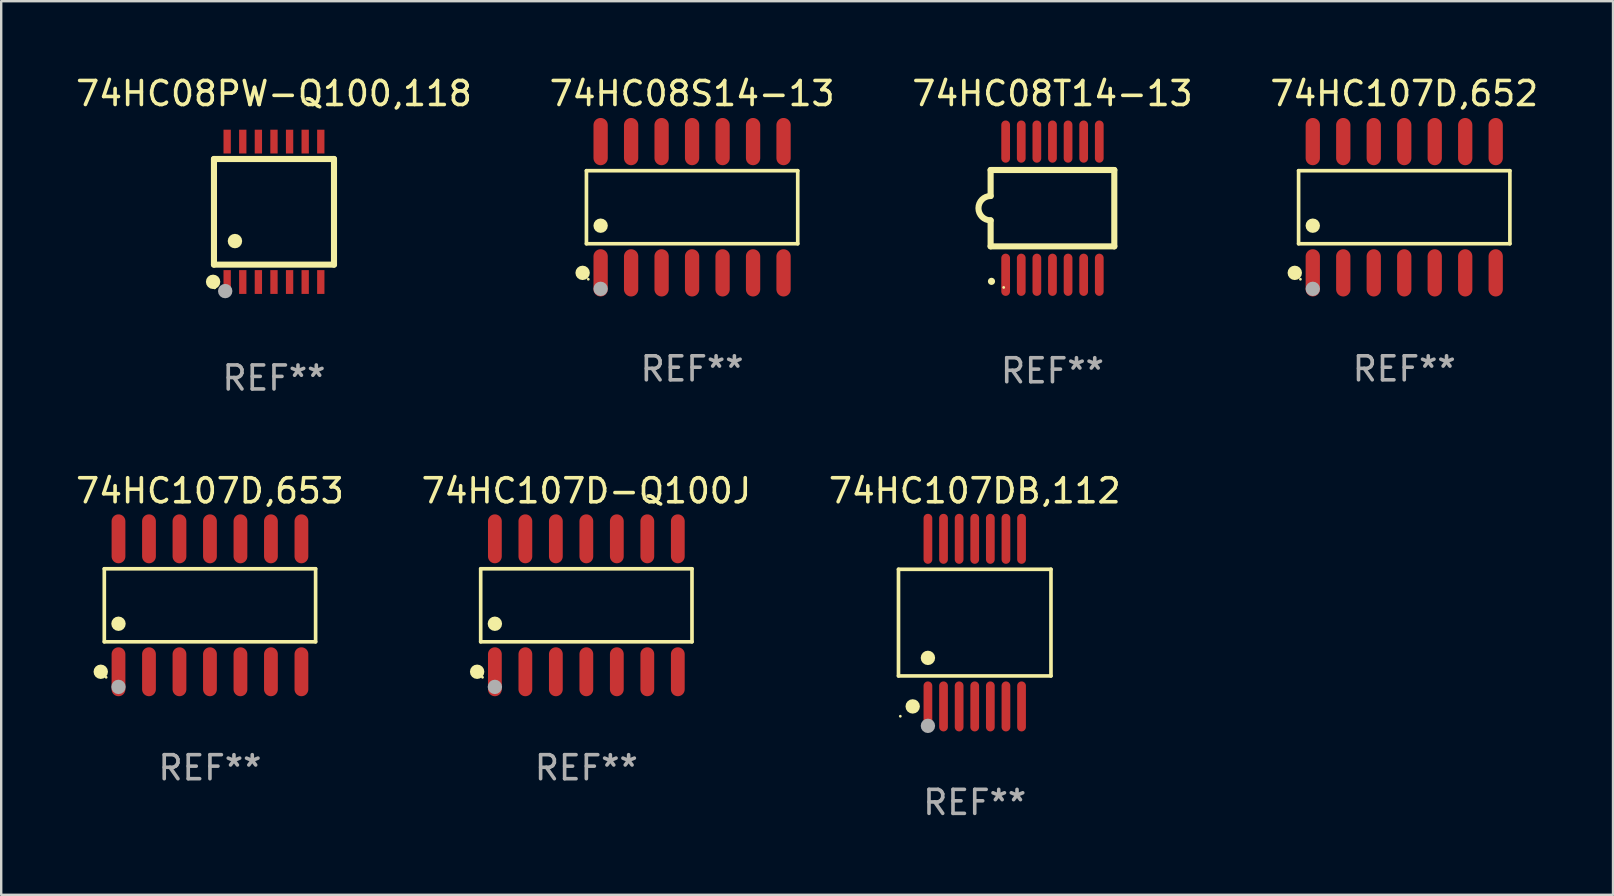
<source format=kicad_pcb>
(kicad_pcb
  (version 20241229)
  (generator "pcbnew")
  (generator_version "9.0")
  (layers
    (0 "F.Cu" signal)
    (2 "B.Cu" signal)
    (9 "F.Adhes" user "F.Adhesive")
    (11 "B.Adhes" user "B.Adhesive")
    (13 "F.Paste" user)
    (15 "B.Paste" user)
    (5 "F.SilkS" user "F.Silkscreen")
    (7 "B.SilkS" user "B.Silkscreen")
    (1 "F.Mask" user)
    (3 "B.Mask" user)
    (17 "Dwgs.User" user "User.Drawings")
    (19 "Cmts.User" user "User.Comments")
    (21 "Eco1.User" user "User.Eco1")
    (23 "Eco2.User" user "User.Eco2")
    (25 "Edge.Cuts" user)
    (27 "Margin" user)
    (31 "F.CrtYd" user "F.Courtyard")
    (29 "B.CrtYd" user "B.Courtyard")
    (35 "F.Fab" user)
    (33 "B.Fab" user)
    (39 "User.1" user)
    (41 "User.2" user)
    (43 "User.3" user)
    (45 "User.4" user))
  (footprint "74HC08S14-13"
    (layer "F.Cu")
    (at 25.78 5.582)
    (property "Reference" "74HC08S14-13" (at 0 -4.734 0) (layer "F.SilkS") (effects (font (size 1 1) (thickness 0.15))))
    (attr through_hole)
    (fp_line (start -4.401 -1.521) (end 4.401 -1.521) (stroke (width 0.152) (type solid)) (layer "F.SilkS"))
    (fp_line (start -4.401 1.521) (end -4.401 -1.521) (stroke (width 0.152) (type solid)) (layer "F.SilkS"))
    (fp_line (start 4.401 -1.521) (end 4.401 1.521) (stroke (width 0.152) (type solid)) (layer "F.SilkS"))
    (fp_line (start 4.401 1.521) (end -4.401 1.521) (stroke (width 0.152) (type solid)) (layer "F.SilkS"))
    (fp_circle (center -4.56 2.734) (end -4.41 2.734) (stroke (width 0.3) (type solid)) (fill no) (layer "F.SilkS"))
    (fp_circle (center -4.325 3) (end -4.295 3) (stroke (width 0.06) (type solid)) (fill no) (layer "F.SilkS"))
    (fp_circle (center -3.81 0.769) (end -3.66 0.769) (stroke (width 0.3) (type solid)) (fill no) (layer "F.SilkS"))
    (fp_circle (center -3.81 3.4) (end -3.66 3.4) (stroke (width 0.3) (type solid)) (fill no) (layer "F.Fab"))
    (fp_text user "REF**" (at 0 6.734 0) (layer "F.Fab") (effects (font (size 1 1) (thickness 0.15))))
    (pad "1" smd oval (at -3.81 2.734) (size 0.595 1.968) (layers "F.Cu" "F.Mask" "F.Paste"))
    (pad "2" smd oval (at -2.54 2.734) (size 0.595 1.968) (layers "F.Cu" "F.Mask" "F.Paste"))
    (pad "3" smd oval (at -1.27 2.734) (size 0.595 1.968) (layers "F.Cu" "F.Mask" "F.Paste"))
    (pad "4" smd oval (at 0 2.734) (size 0.595 1.968) (layers "F.Cu" "F.Mask" "F.Paste"))
    (pad "5" smd oval (at 1.27 2.734) (size 0.595 1.968) (layers "F.Cu" "F.Mask" "F.Paste"))
    (pad "6" smd oval (at 2.54 2.734) (size 0.595 1.968) (layers "F.Cu" "F.Mask" "F.Paste"))
    (pad "7" smd oval (at 3.81 2.734) (size 0.595 1.968) (layers "F.Cu" "F.Mask" "F.Paste"))
    (pad "8" smd oval (at 3.81 -2.734) (size 0.595 1.968) (layers "F.Cu" "F.Mask" "F.Paste"))
    (pad "9" smd oval (at 2.54 -2.734) (size 0.595 1.968) (layers "F.Cu" "F.Mask" "F.Paste"))
    (pad "10" smd oval (at 1.27 -2.734) (size 0.595 1.968) (layers "F.Cu" "F.Mask" "F.Paste"))
    (pad "11" smd oval (at 0 -2.734) (size 0.595 1.968) (layers "F.Cu" "F.Mask" "F.Paste"))
    (pad "12" smd oval (at -1.27 -2.734) (size 0.595 1.968) (layers "F.Cu" "F.Mask" "F.Paste"))
    (pad "13" smd oval (at -2.54 -2.734) (size 0.595 1.968) (layers "F.Cu" "F.Mask" "F.Paste"))
    (pad "14" smd oval (at -3.81 -2.734) (size 0.595 1.968) (layers "F.Cu" "F.Mask" "F.Paste")))
  (footprint "74HC107D,653"
    (layer "F.Cu")
    (at 5.696 22.164)
    (property "Reference" "74HC107D,653" (at 0 -4.769 0) (layer "F.SilkS") (effects (font (size 1 1) (thickness 0.15))))
    (attr through_hole)
    (fp_line (start -4.401 -1.521) (end 4.401 -1.521) (stroke (width 0.152) (type solid)) (layer "F.SilkS"))
    (fp_line (start -4.401 1.521) (end -4.401 -1.521) (stroke (width 0.152) (type solid)) (layer "F.SilkS"))
    (fp_line (start 4.401 -1.521) (end 4.401 1.521) (stroke (width 0.152) (type solid)) (layer "F.SilkS"))
    (fp_line (start 4.401 1.521) (end -4.401 1.521) (stroke (width 0.152) (type solid)) (layer "F.SilkS"))
    (fp_circle (center -4.549 2.769) (end -4.399 2.769) (stroke (width 0.3) (type solid)) (fill no) (layer "F.SilkS"))
    (fp_circle (center -4.325 3) (end -4.295 3) (stroke (width 0.06) (type solid)) (fill no) (layer "F.SilkS"))
    (fp_circle (center -3.81 0.769) (end -3.66 0.769) (stroke (width 0.3) (type solid)) (fill no) (layer "F.SilkS"))
    (fp_circle (center -3.81 3.4) (end -3.66 3.4) (stroke (width 0.3) (type solid)) (fill no) (layer "F.Fab"))
    (fp_text user "REF**" (at 0 6.769 0) (layer "F.Fab") (effects (font (size 1 1) (thickness 0.15))))
    (pad "1" smd oval (at -3.81 2.769) (size 0.574 2.038) (layers "F.Cu" "F.Mask" "F.Paste"))
    (pad "2" smd oval (at -2.54 2.769) (size 0.574 2.038) (layers "F.Cu" "F.Mask" "F.Paste"))
    (pad "3" smd oval (at -1.27 2.769) (size 0.574 2.038) (layers "F.Cu" "F.Mask" "F.Paste"))
    (pad "4" smd oval (at 0 2.769) (size 0.574 2.038) (layers "F.Cu" "F.Mask" "F.Paste"))
    (pad "5" smd oval (at 1.27 2.769) (size 0.574 2.038) (layers "F.Cu" "F.Mask" "F.Paste"))
    (pad "6" smd oval (at 2.54 2.769) (size 0.574 2.038) (layers "F.Cu" "F.Mask" "F.Paste"))
    (pad "7" smd oval (at 3.81 2.769) (size 0.574 2.038) (layers "F.Cu" "F.Mask" "F.Paste"))
    (pad "8" smd oval (at 3.81 -2.769) (size 0.574 2.038) (layers "F.Cu" "F.Mask" "F.Paste"))
    (pad "9" smd oval (at 2.54 -2.769) (size 0.574 2.038) (layers "F.Cu" "F.Mask" "F.Paste"))
    (pad "10" smd oval (at 1.27 -2.769) (size 0.574 2.038) (layers "F.Cu" "F.Mask" "F.Paste"))
    (pad "11" smd oval (at 0 -2.769) (size 0.574 2.038) (layers "F.Cu" "F.Mask" "F.Paste"))
    (pad "12" smd oval (at -1.27 -2.769) (size 0.574 2.038) (layers "F.Cu" "F.Mask" "F.Paste"))
    (pad "13" smd oval (at -2.54 -2.769) (size 0.574 2.038) (layers "F.Cu" "F.Mask" "F.Paste"))
    (pad "14" smd oval (at -3.81 -2.769) (size 0.574 2.038) (layers "F.Cu" "F.Mask" "F.Paste")))
  (footprint "74HC107D-Q100J"
    (layer "F.Cu")
    (at 21.375 22.164)
    (property "Reference" "74HC107D-Q100J" (at 0 -4.769 0) (layer "F.SilkS") (effects (font (size 1 1) (thickness 0.15))))
    (attr through_hole)
    (fp_line (start -4.401 -1.521) (end 4.401 -1.521) (stroke (width 0.152) (type solid)) (layer "F.SilkS"))
    (fp_line (start -4.401 1.521) (end -4.401 -1.521) (stroke (width 0.152) (type solid)) (layer "F.SilkS"))
    (fp_line (start 4.401 -1.521) (end 4.401 1.521) (stroke (width 0.152) (type solid)) (layer "F.SilkS"))
    (fp_line (start 4.401 1.521) (end -4.401 1.521) (stroke (width 0.152) (type solid)) (layer "F.SilkS"))
    (fp_circle (center -4.549 2.769) (end -4.399 2.769) (stroke (width 0.3) (type solid)) (fill no) (layer "F.SilkS"))
    (fp_circle (center -4.325 3) (end -4.295 3) (stroke (width 0.06) (type solid)) (fill no) (layer "F.SilkS"))
    (fp_circle (center -3.81 0.769) (end -3.66 0.769) (stroke (width 0.3) (type solid)) (fill no) (layer "F.SilkS"))
    (fp_circle (center -3.81 3.4) (end -3.66 3.4) (stroke (width 0.3) (type solid)) (fill no) (layer "F.Fab"))
    (fp_text user "REF**" (at 0 6.769 0) (layer "F.Fab") (effects (font (size 1 1) (thickness 0.15))))
    (pad "1" smd oval (at -3.81 2.769) (size 0.574 2.038) (layers "F.Cu" "F.Mask" "F.Paste"))
    (pad "2" smd oval (at -2.54 2.769) (size 0.574 2.038) (layers "F.Cu" "F.Mask" "F.Paste"))
    (pad "3" smd oval (at -1.27 2.769) (size 0.574 2.038) (layers "F.Cu" "F.Mask" "F.Paste"))
    (pad "4" smd oval (at 0 2.769) (size 0.574 2.038) (layers "F.Cu" "F.Mask" "F.Paste"))
    (pad "5" smd oval (at 1.27 2.769) (size 0.574 2.038) (layers "F.Cu" "F.Mask" "F.Paste"))
    (pad "6" smd oval (at 2.54 2.769) (size 0.574 2.038) (layers "F.Cu" "F.Mask" "F.Paste"))
    (pad "7" smd oval (at 3.81 2.769) (size 0.574 2.038) (layers "F.Cu" "F.Mask" "F.Paste"))
    (pad "8" smd oval (at 3.81 -2.769) (size 0.574 2.038) (layers "F.Cu" "F.Mask" "F.Paste"))
    (pad "9" smd oval (at 2.54 -2.769) (size 0.574 2.038) (layers "F.Cu" "F.Mask" "F.Paste"))
    (pad "10" smd oval (at 1.27 -2.769) (size 0.574 2.038) (layers "F.Cu" "F.Mask" "F.Paste"))
    (pad "11" smd oval (at 0 -2.769) (size 0.574 2.038) (layers "F.Cu" "F.Mask" "F.Paste"))
    (pad "12" smd oval (at -1.27 -2.769) (size 0.574 2.038) (layers "F.Cu" "F.Mask" "F.Paste"))
    (pad "13" smd oval (at -2.54 -2.769) (size 0.574 2.038) (layers "F.Cu" "F.Mask" "F.Paste"))
    (pad "14" smd oval (at -3.81 -2.769) (size 0.574 2.038) (layers "F.Cu" "F.Mask" "F.Paste")))
  (footprint "74HC08T14-13"
    (layer "F.Cu")
    (at 40.792 5.622)
    (property "Reference" "74HC08T14-13" (at 0 -4.774 0) (layer "F.SilkS") (effects (font (size 1 1) (thickness 0.15))))
    (attr through_hole)
    (fp_line (start -2.576 -1.59) (end -2.576 -0.508) (stroke (width 0.254) (type solid)) (layer "F.SilkS"))
    (fp_line (start -2.576 -1.59) (end 2.576 -1.59) (stroke (width 0.254) (type solid)) (layer "F.SilkS"))
    (fp_line (start -2.576 1.59) (end -2.576 0.508) (stroke (width 0.254) (type solid)) (layer "F.SilkS"))
    (fp_line (start 2.576 -1.59) (end 2.576 1.59) (stroke (width 0.254) (type solid)) (layer "F.SilkS"))
    (fp_line (start 2.576 1.59) (end -2.576 1.59) (stroke (width 0.254) (type solid)) (layer "F.SilkS"))
    (fp_arc (start -2.576099 0.506706) (mid -3.081511 0) (end -2.576098 -0.506706) (stroke (width 0.254001) (type solid)) (layer "F.SilkS"))
    (fp_circle (center -2.54 3.048) (end -2.465 3.048) (stroke (width 0.15) (type solid)) (fill no) (layer "F.SilkS"))
    (fp_circle (center -2.032 3.302) (end -2.002 3.302) (stroke (width 0.06) (type solid)) (fill no) (layer "F.SilkS"))
    (fp_text user "REF**" (at 0 6.774 0) (layer "F.Fab") (effects (font (size 1 1) (thickness 0.15))))
    (pad "1" smd oval (at -1.95 2.774) (size 0.364 1.758) (layers "F.Cu" "F.Mask" "F.Paste"))
    (pad "2" smd oval (at -1.3 2.774) (size 0.364 1.758) (layers "F.Cu" "F.Mask" "F.Paste"))
    (pad "3" smd oval (at -0.65 2.774) (size 0.364 1.758) (layers "F.Cu" "F.Mask" "F.Paste"))
    (pad "4" smd oval (at 0 2.774) (size 0.364 1.758) (layers "F.Cu" "F.Mask" "F.Paste"))
    (pad "5" smd oval (at 0.65 2.774) (size 0.364 1.758) (layers "F.Cu" "F.Mask" "F.Paste"))
    (pad "6" smd oval (at 1.3 2.774) (size 0.364 1.758) (layers "F.Cu" "F.Mask" "F.Paste"))
    (pad "7" smd oval (at 1.95 2.774) (size 0.364 1.758) (layers "F.Cu" "F.Mask" "F.Paste"))
    (pad "8" smd oval (at 1.95 -2.774) (size 0.364 1.758) (layers "F.Cu" "F.Mask" "F.Paste"))
    (pad "9" smd oval (at 1.3 -2.774) (size 0.364 1.758) (layers "F.Cu" "F.Mask" "F.Paste"))
    (pad "10" smd oval (at 0.65 -2.774) (size 0.364 1.758) (layers "F.Cu" "F.Mask" "F.Paste"))
    (pad "11" smd oval (at 0 -2.774) (size 0.364 1.758) (layers "F.Cu" "F.Mask" "F.Paste"))
    (pad "12" smd oval (at -0.65 -2.774) (size 0.364 1.758) (layers "F.Cu" "F.Mask" "F.Paste"))
    (pad "13" smd oval (at -1.3 -2.774) (size 0.364 1.758) (layers "F.Cu" "F.Mask" "F.Paste"))
    (pad "14" smd oval (at -1.95 -2.774) (size 0.364 1.758) (layers "F.Cu" "F.Mask" "F.Paste")))
  (footprint "74HC08PW-Q100,118"
    (layer "F.Cu")
    (at 8.363 5.773)
    (property "Reference" "74HC08PW-Q100,118" (at 0 -4.925 0) (layer "F.SilkS") (effects (font (size 1 1) (thickness 0.15))))
    (attr through_hole)
    (fp_line (start -2.5 2.2) (end -2.5 -2.2) (stroke (width 0.254) (type solid)) (layer "F.SilkS"))
    (fp_line (start -2.5 2.2) (end 2.5 2.2) (stroke (width 0.254) (type solid)) (layer "F.SilkS"))
    (fp_line (start 2.5 -2.2) (end -2.5 -2.2) (stroke (width 0.254) (type solid)) (layer "F.SilkS"))
    (fp_line (start 2.5 -2.2) (end 2.5 2.2) (stroke (width 0.254) (type solid)) (layer "F.SilkS"))
    (fp_circle (center -2.536 2.917) (end -2.386 2.917) (stroke (width 0.3) (type solid)) (fill no) (layer "F.SilkS"))
    (fp_circle (center -2.47 3.17) (end -2.44 3.17) (stroke (width 0.06) (type solid)) (fill no) (layer "F.SilkS"))
    (fp_circle (center -1.626 1.219) (end -1.475 1.219) (stroke (width 0.3) (type solid)) (fill no) (layer "F.SilkS"))
    (fp_circle (center -2.032 3.302) (end -1.882 3.302) (stroke (width 0.3) (type solid)) (fill no) (layer "F.Fab"))
    (fp_text user "REF**" (at 0 6.925 0) (layer "F.Fab") (effects (font (size 1 1) (thickness 0.15))))
    (pad "1" smd rect (at -1.95 2.925) (size 0.305 0.991) (layers "F.Cu" "F.Mask" "F.Paste"))
    (pad "2" smd rect (at -1.3 2.925) (size 0.305 0.991) (layers "F.Cu" "F.Mask" "F.Paste"))
    (pad "3" smd rect (at -0.65 2.925) (size 0.305 0.991) (layers "F.Cu" "F.Mask" "F.Paste"))
    (pad "4" smd rect (at 0 2.925) (size 0.305 0.991) (layers "F.Cu" "F.Mask" "F.Paste"))
    (pad "5" smd rect (at 0.65 2.925) (size 0.305 0.991) (layers "F.Cu" "F.Mask" "F.Paste"))
    (pad "6" smd rect (at 1.3 2.925) (size 0.305 0.991) (layers "F.Cu" "F.Mask" "F.Paste"))
    (pad "7" smd rect (at 1.95 2.925) (size 0.305 0.991) (layers "F.Cu" "F.Mask" "F.Paste"))
    (pad "8" smd rect (at 1.95 -2.925) (size 0.305 0.991) (layers "F.Cu" "F.Mask" "F.Paste"))
    (pad "9" smd rect (at 1.3 -2.925) (size 0.305 0.991) (layers "F.Cu" "F.Mask" "F.Paste"))
    (pad "10" smd rect (at 0.65 -2.925) (size 0.305 0.991) (layers "F.Cu" "F.Mask" "F.Paste"))
    (pad "11" smd rect (at 0 -2.925) (size 0.305 0.991) (layers "F.Cu" "F.Mask" "F.Paste"))
    (pad "12" smd rect (at -0.65 -2.925) (size 0.305 0.991) (layers "F.Cu" "F.Mask" "F.Paste"))
    (pad "13" smd rect (at -1.3 -2.925) (size 0.305 0.991) (layers "F.Cu" "F.Mask" "F.Paste"))
    (pad "14" smd rect (at -1.95 -2.925) (size 0.305 0.991) (layers "F.Cu" "F.Mask" "F.Paste")))
  (footprint "74HC107D,652"
    (layer "F.Cu")
    (at 55.446 5.582)
    (property "Reference" "74HC107D,652" (at 0 -4.734 0) (layer "F.SilkS") (effects (font (size 1 1) (thickness 0.15))))
    (attr through_hole)
    (fp_line (start -4.401 -1.521) (end 4.401 -1.521) (stroke (width 0.152) (type solid)) (layer "F.SilkS"))
    (fp_line (start -4.401 1.521) (end -4.401 -1.521) (stroke (width 0.152) (type solid)) (layer "F.SilkS"))
    (fp_line (start 4.401 -1.521) (end 4.401 1.521) (stroke (width 0.152) (type solid)) (layer "F.SilkS"))
    (fp_line (start 4.401 1.521) (end -4.401 1.521) (stroke (width 0.152) (type solid)) (layer "F.SilkS"))
    (fp_circle (center -4.56 2.734) (end -4.41 2.734) (stroke (width 0.3) (type solid)) (fill no) (layer "F.SilkS"))
    (fp_circle (center -4.325 3) (end -4.295 3) (stroke (width 0.06) (type solid)) (fill no) (layer "F.SilkS"))
    (fp_circle (center -3.81 0.769) (end -3.66 0.769) (stroke (width 0.3) (type solid)) (fill no) (layer "F.SilkS"))
    (fp_circle (center -3.81 3.4) (end -3.66 3.4) (stroke (width 0.3) (type solid)) (fill no) (layer "F.Fab"))
    (fp_text user "REF**" (at 0 6.734 0) (layer "F.Fab") (effects (font (size 1 1) (thickness 0.15))))
    (pad "1" smd oval (at -3.81 2.734) (size 0.595 1.968) (layers "F.Cu" "F.Mask" "F.Paste"))
    (pad "2" smd oval (at -2.54 2.734) (size 0.595 1.968) (layers "F.Cu" "F.Mask" "F.Paste"))
    (pad "3" smd oval (at -1.27 2.734) (size 0.595 1.968) (layers "F.Cu" "F.Mask" "F.Paste"))
    (pad "4" smd oval (at 0 2.734) (size 0.595 1.968) (layers "F.Cu" "F.Mask" "F.Paste"))
    (pad "5" smd oval (at 1.27 2.734) (size 0.595 1.968) (layers "F.Cu" "F.Mask" "F.Paste"))
    (pad "6" smd oval (at 2.54 2.734) (size 0.595 1.968) (layers "F.Cu" "F.Mask" "F.Paste"))
    (pad "7" smd oval (at 3.81 2.734) (size 0.595 1.968) (layers "F.Cu" "F.Mask" "F.Paste"))
    (pad "8" smd oval (at 3.81 -2.734) (size 0.595 1.968) (layers "F.Cu" "F.Mask" "F.Paste"))
    (pad "9" smd oval (at 2.54 -2.734) (size 0.595 1.968) (layers "F.Cu" "F.Mask" "F.Paste"))
    (pad "10" smd oval (at 1.27 -2.734) (size 0.595 1.968) (layers "F.Cu" "F.Mask" "F.Paste"))
    (pad "11" smd oval (at 0 -2.734) (size 0.595 1.968) (layers "F.Cu" "F.Mask" "F.Paste"))
    (pad "12" smd oval (at -1.27 -2.734) (size 0.595 1.968) (layers "F.Cu" "F.Mask" "F.Paste"))
    (pad "13" smd oval (at -2.54 -2.734) (size 0.595 1.968) (layers "F.Cu" "F.Mask" "F.Paste"))
    (pad "14" smd oval (at -3.81 -2.734) (size 0.595 1.968) (layers "F.Cu" "F.Mask" "F.Paste")))
  (footprint "74HC107DB,112"
    (layer "F.Cu")
    (at 37.554 22.886)
    (property "Reference" "74HC107DB,112" (at 0 -5.491 0) (layer "F.SilkS") (effects (font (size 1 1) (thickness 0.15))))
    (attr through_hole)
    (fp_line (start -3.176 -2.221) (end 3.176 -2.221) (stroke (width 0.152) (type solid)) (layer "F.SilkS"))
    (fp_line (start -3.176 2.221) (end -3.176 -2.221) (stroke (width 0.152) (type solid)) (layer "F.SilkS"))
    (fp_line (start 3.176 -2.221) (end 3.176 2.221) (stroke (width 0.152) (type solid)) (layer "F.SilkS"))
    (fp_line (start 3.176 2.221) (end -3.176 2.221) (stroke (width 0.152) (type solid)) (layer "F.SilkS"))
    (fp_circle (center -3.1 3.9) (end -3.07 3.9) (stroke (width 0.06) (type solid)) (fill no) (layer "F.SilkS"))
    (fp_circle (center -2.584 3.491) (end -2.434 3.491) (stroke (width 0.3) (type solid)) (fill no) (layer "F.SilkS"))
    (fp_circle (center -1.95 1.469) (end -1.8 1.469) (stroke (width 0.3) (type solid)) (fill no) (layer "F.SilkS"))
    (fp_circle (center -1.95 4.3) (end -1.8 4.3) (stroke (width 0.3) (type solid)) (fill no) (layer "F.Fab"))
    (fp_text user "REF**" (at 0 7.491 0) (layer "F.Fab") (effects (font (size 1 1) (thickness 0.15))))
    (pad "1" smd oval (at -1.95 3.491) (size 0.364 2.082) (layers "F.Cu" "F.Mask" "F.Paste"))
    (pad "2" smd oval (at -1.3 3.491) (size 0.364 2.082) (layers "F.Cu" "F.Mask" "F.Paste"))
    (pad "3" smd oval (at -0.65 3.491) (size 0.364 2.082) (layers "F.Cu" "F.Mask" "F.Paste"))
    (pad "4" smd oval (at 0 3.491) (size 0.364 2.082) (layers "F.Cu" "F.Mask" "F.Paste"))
    (pad "5" smd oval (at 0.65 3.491) (size 0.364 2.082) (layers "F.Cu" "F.Mask" "F.Paste"))
    (pad "6" smd oval (at 1.3 3.491) (size 0.364 2.082) (layers "F.Cu" "F.Mask" "F.Paste"))
    (pad "7" smd oval (at 1.95 3.491) (size 0.364 2.082) (layers "F.Cu" "F.Mask" "F.Paste"))
    (pad "8" smd oval (at 1.95 -3.491) (size 0.364 2.082) (layers "F.Cu" "F.Mask" "F.Paste"))
    (pad "9" smd oval (at 1.3 -3.491) (size 0.364 2.082) (layers "F.Cu" "F.Mask" "F.Paste"))
    (pad "10" smd oval (at 0.65 -3.491) (size 0.364 2.082) (layers "F.Cu" "F.Mask" "F.Paste"))
    (pad "11" smd oval (at 0 -3.491) (size 0.364 2.082) (layers "F.Cu" "F.Mask" "F.Paste"))
    (pad "12" smd oval (at -0.65 -3.491) (size 0.364 2.082) (layers "F.Cu" "F.Mask" "F.Paste"))
    (pad "13" smd oval (at -1.3 -3.491) (size 0.364 2.082) (layers "F.Cu" "F.Mask" "F.Paste"))
    (pad "14" smd oval (at -1.95 -3.491) (size 0.364 2.082) (layers "F.Cu" "F.Mask" "F.Paste")))
  (gr_rect
    (start -3 -3)
    (end 64.143 34.225)
    (stroke (width 0.1) (type default))
    (fill no)
    (layer "Edge.Cuts")))
</source>
